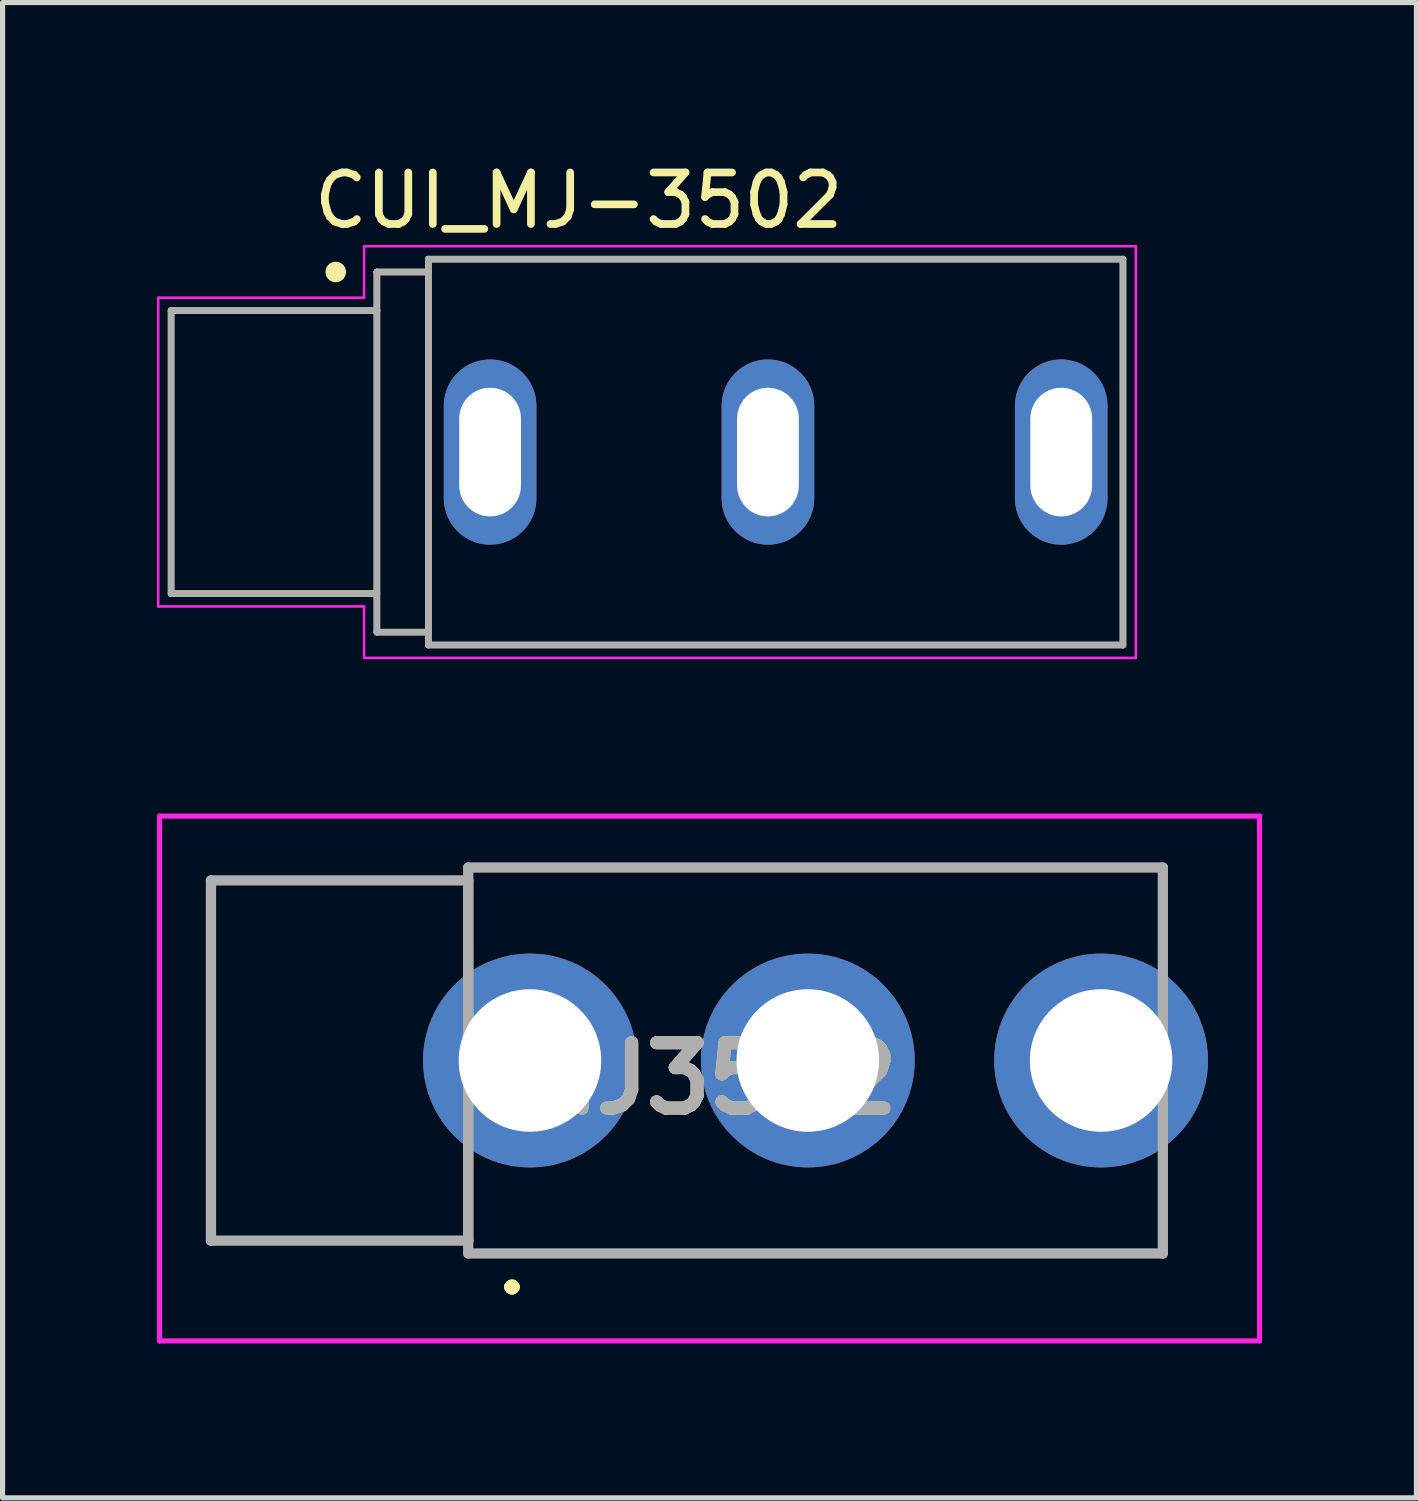
<source format=kicad_pcb>
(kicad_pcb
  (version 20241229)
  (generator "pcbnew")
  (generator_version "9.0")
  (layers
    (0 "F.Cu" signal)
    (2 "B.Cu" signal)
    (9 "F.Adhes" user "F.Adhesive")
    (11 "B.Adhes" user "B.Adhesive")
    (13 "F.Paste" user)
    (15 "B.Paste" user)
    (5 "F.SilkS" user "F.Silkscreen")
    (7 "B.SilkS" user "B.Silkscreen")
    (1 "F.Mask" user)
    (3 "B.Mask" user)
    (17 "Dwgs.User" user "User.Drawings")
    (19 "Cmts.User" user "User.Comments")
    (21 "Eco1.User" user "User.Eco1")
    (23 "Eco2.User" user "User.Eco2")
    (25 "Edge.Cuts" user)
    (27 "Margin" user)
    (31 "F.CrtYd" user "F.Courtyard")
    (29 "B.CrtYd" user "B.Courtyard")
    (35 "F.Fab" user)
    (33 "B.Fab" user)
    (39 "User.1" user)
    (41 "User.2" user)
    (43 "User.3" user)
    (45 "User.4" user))
  (footprint "CUI_MJ-3502"
    (layer "F.Cu")
    (at 12.025 5.736)
    (property "Reference" "CUI_MJ-3502" (at -3.827 -4.888 0) (layer "F.SilkS") (effects (font (size 1.001 1.001) (thickness 0.15))))
    (attr through_hole)
    (fp_line (start -11.75 -2.75) (end -11.75 2.75) (stroke (width 0.127) (type solid)) (layer "F.SilkS"))
    (fp_line (start -11.75 2.75) (end -7.75 2.75) (stroke (width 0.127) (type solid)) (layer "F.SilkS"))
    (fp_line (start -7.75 -3.5) (end -7.75 -2.75) (stroke (width 0.127) (type solid)) (layer "F.SilkS"))
    (fp_line (start -7.75 -2.75) (end -11.75 -2.75) (stroke (width 0.127) (type solid)) (layer "F.SilkS"))
    (fp_line (start -7.75 -2.75) (end -7.75 2.75) (stroke (width 0.127) (type solid)) (layer "F.SilkS"))
    (fp_line (start -7.75 2.75) (end -7.75 3.5) (stroke (width 0.127) (type solid)) (layer "F.SilkS"))
    (fp_line (start -7.75 3.5) (end -6.75 3.5) (stroke (width 0.127) (type solid)) (layer "F.SilkS"))
    (fp_line (start -6.75 -3.75) (end 6.75 -3.75) (stroke (width 0.127) (type solid)) (layer "F.SilkS"))
    (fp_line (start -6.75 -3.5) (end -7.75 -3.5) (stroke (width 0.127) (type solid)) (layer "F.SilkS"))
    (fp_line (start -6.75 -3.5) (end -6.75 -3.75) (stroke (width 0.127) (type solid)) (layer "F.SilkS"))
    (fp_line (start -6.75 3.5) (end -6.75 -3.5) (stroke (width 0.127) (type solid)) (layer "F.SilkS"))
    (fp_line (start -6.75 3.75) (end -6.75 3.5) (stroke (width 0.127) (type solid)) (layer "F.SilkS"))
    (fp_line (start 6.75 -3.75) (end 6.75 3.75) (stroke (width 0.127) (type solid)) (layer "F.SilkS"))
    (fp_line (start 6.75 3.75) (end -6.75 3.75) (stroke (width 0.127) (type solid)) (layer "F.SilkS"))
    (fp_circle (center -8.55 -3.5) (end -8.45 -3.5) (stroke (width 0.2) (type solid)) (fill no) (layer "F.SilkS"))
    (fp_line (start -12 -3) (end -8 -3) (stroke (width 0.05) (type solid)) (layer "F.CrtYd"))
    (fp_line (start -12 3) (end -12 -3) (stroke (width 0.05) (type solid)) (layer "F.CrtYd"))
    (fp_line (start -8 -4) (end 7 -4) (stroke (width 0.05) (type solid)) (layer "F.CrtYd"))
    (fp_line (start -8 -3) (end -8 -4) (stroke (width 0.05) (type solid)) (layer "F.CrtYd"))
    (fp_line (start -8 3) (end -12 3) (stroke (width 0.05) (type solid)) (layer "F.CrtYd"))
    (fp_line (start -8 4) (end -8 3) (stroke (width 0.05) (type solid)) (layer "F.CrtYd"))
    (fp_line (start 7 -4) (end 7 4) (stroke (width 0.05) (type solid)) (layer "F.CrtYd"))
    (fp_line (start 7 4) (end -8 4) (stroke (width 0.05) (type solid)) (layer "F.CrtYd"))
    (fp_line (start -11.75 -2.75) (end -11.75 2.75) (stroke (width 0.127) (type solid)) (layer "F.Fab"))
    (fp_line (start -11.75 2.75) (end -7.8 2.75) (stroke (width 0.127) (type solid)) (layer "F.Fab"))
    (fp_line (start -7.75 -3.5) (end -7.75 -2.75) (stroke (width 0.127) (type solid)) (layer "F.Fab"))
    (fp_line (start -7.75 -2.75) (end -11.75 -2.75) (stroke (width 0.127) (type solid)) (layer "F.Fab"))
    (fp_line (start -7.75 -2.75) (end -7.75 3.5) (stroke (width 0.127) (type solid)) (layer "F.Fab"))
    (fp_line (start -7.75 3.5) (end -6.75 3.5) (stroke (width 0.127) (type solid)) (layer "F.Fab"))
    (fp_line (start -6.75 -3.75) (end 6.75 -3.75) (stroke (width 0.127) (type solid)) (layer "F.Fab"))
    (fp_line (start -6.75 -3.5) (end -7.75 -3.5) (stroke (width 0.127) (type solid)) (layer "F.Fab"))
    (fp_line (start -6.75 -3.5) (end -6.75 -3.75) (stroke (width 0.127) (type solid)) (layer "F.Fab"))
    (fp_line (start -6.75 3.5) (end -6.75 -3.5) (stroke (width 0.127) (type solid)) (layer "F.Fab"))
    (fp_line (start -6.75 3.75) (end -6.75 3.5) (stroke (width 0.127) (type solid)) (layer "F.Fab"))
    (fp_line (start 6.75 -3.75) (end 6.75 3.75) (stroke (width 0.127) (type solid)) (layer "F.Fab"))
    (fp_line (start 6.75 3.75) (end -6.75 3.75) (stroke (width 0.127) (type solid)) (layer "F.Fab"))
    (pad "1" thru_hole oval (at -5.55 0) (size 1.8 3.6) (drill oval 1.2 2.5) (layers "*.Cu" "*.Mask"))
    (pad "2" thru_hole oval (at -0.15 0) (size 1.8 3.6) (drill oval 1.2 2.5) (layers "*.Cu" "*.Mask"))
    (pad "3" thru_hole oval (at 5.55 0) (size 1.8 3.6) (drill oval 1.2 2.5) (layers "*.Cu" "*.Mask")))
  (footprint "MJ3502"
    (layer "F.Cu")
    (at 7.25 17.561)
    (property "Reference" "MJ3502" (at 3.489 0.35 0) (layer "F.SilkS") (effects (font (size 1.27 1.27) (thickness 0.254))))
    (attr through_hole)
    (fp_line (start -1.2 -3.75) (end 12.3 -3.75) (stroke (width 0.1) (type solid)) (layer "F.SilkS"))
    (fp_line (start -1.2 -2.5) (end -1.2 -3.75) (stroke (width 0.1) (type solid)) (layer "F.SilkS"))
    (fp_line (start -1.2 2.5) (end -1.2 3.75) (stroke (width 0.1) (type solid)) (layer "F.SilkS"))
    (fp_line (start -1.2 3.75) (end 12.3 3.75) (stroke (width 0.1) (type solid)) (layer "F.SilkS"))
    (fp_line (start -0.4 4.4) (end -0.4 4.4) (stroke (width 0.2) (type solid)) (layer "F.SilkS"))
    (fp_line (start -0.4 4.4) (end -0.4 4.4) (stroke (width 0.2) (type solid)) (layer "F.SilkS"))
    (fp_line (start -0.3 4.4) (end -0.3 4.4) (stroke (width 0.2) (type solid)) (layer "F.SilkS"))
    (fp_line (start 12.3 -3.75) (end 12.3 -2.5) (stroke (width 0.1) (type solid)) (layer "F.SilkS"))
    (fp_line (start 12.3 3.75) (end 12.3 2.5) (stroke (width 0.1) (type solid)) (layer "F.SilkS"))
    (fp_arc (start -0.4 4.4) (mid -0.35 4.35) (end -0.3 4.4) (stroke (width 0.2) (type solid)) (layer "F.SilkS"))
    (fp_arc (start -0.3 4.4) (mid -0.35 4.45) (end -0.4 4.4) (stroke (width 0.2) (type solid)) (layer "F.SilkS"))
    (fp_arc (start -0.3 4.4) (mid -0.35 4.45) (end -0.4 4.4) (stroke (width 0.2) (type solid)) (layer "F.SilkS"))
    (fp_line (start -7.2 -4.75) (end 14.178 -4.75) (stroke (width 0.1) (type solid)) (layer "F.CrtYd"))
    (fp_line (start -7.2 5.45) (end -7.2 -4.75) (stroke (width 0.1) (type solid)) (layer "F.CrtYd"))
    (fp_line (start 14.178 -4.75) (end 14.178 5.45) (stroke (width 0.1) (type solid)) (layer "F.CrtYd"))
    (fp_line (start 14.178 5.45) (end -7.2 5.45) (stroke (width 0.1) (type solid)) (layer "F.CrtYd"))
    (fp_line (start -6.2 -3.5) (end -1.2 -3.5) (stroke (width 0.2) (type solid)) (layer "F.Fab"))
    (fp_line (start -6.2 3.5) (end -6.2 -3.5) (stroke (width 0.2) (type solid)) (layer "F.Fab"))
    (fp_line (start -1.2 -3.75) (end -1.2 3.75) (stroke (width 0.2) (type solid)) (layer "F.Fab"))
    (fp_line (start -1.2 -3.5) (end -1.2 3.5) (stroke (width 0.2) (type solid)) (layer "F.Fab"))
    (fp_line (start -1.2 3.5) (end -6.2 3.5) (stroke (width 0.2) (type solid)) (layer "F.Fab"))
    (fp_line (start -1.2 3.75) (end 12.3 3.75) (stroke (width 0.2) (type solid)) (layer "F.Fab"))
    (fp_line (start 12.3 -3.75) (end -1.2 -3.75) (stroke (width 0.2) (type solid)) (layer "F.Fab"))
    (fp_line (start 12.3 3.75) (end 12.3 -3.75) (stroke (width 0.2) (type solid)) (layer "F.Fab"))
    (fp_text user "${REFERENCE}" (at 3.489 0.35 0) (layer "F.Fab") (effects (font (size 1.27 1.27) (thickness 0.254))))
    (pad "1" thru_hole circle (at 0 0) (size 4.155 4.155) (drill 2.77) (layers "*.Cu" "*.Mask"))
    (pad "2" thru_hole circle (at 5.4 0) (size 4.155 4.155) (drill 2.77) (layers "*.Cu" "*.Mask"))
    (pad "3" thru_hole circle (at 11.1 0) (size 4.155 4.155) (drill 2.77) (layers "*.Cu" "*.Mask")))
  (gr_rect
    (start -3 -3)
    (end 24.478 26.061)
    (stroke (width 0.1) (type default))
    (fill no)
    (layer "Edge.Cuts")))
</source>
